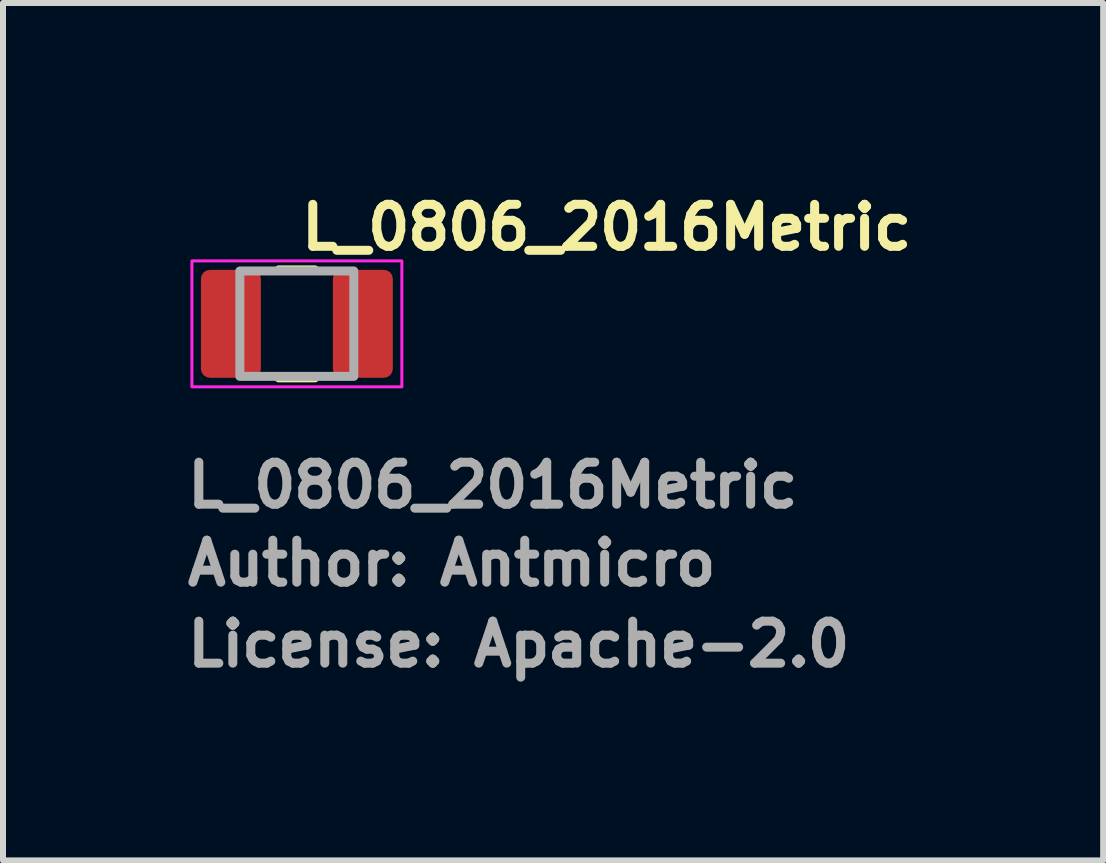
<source format=kicad_pcb>
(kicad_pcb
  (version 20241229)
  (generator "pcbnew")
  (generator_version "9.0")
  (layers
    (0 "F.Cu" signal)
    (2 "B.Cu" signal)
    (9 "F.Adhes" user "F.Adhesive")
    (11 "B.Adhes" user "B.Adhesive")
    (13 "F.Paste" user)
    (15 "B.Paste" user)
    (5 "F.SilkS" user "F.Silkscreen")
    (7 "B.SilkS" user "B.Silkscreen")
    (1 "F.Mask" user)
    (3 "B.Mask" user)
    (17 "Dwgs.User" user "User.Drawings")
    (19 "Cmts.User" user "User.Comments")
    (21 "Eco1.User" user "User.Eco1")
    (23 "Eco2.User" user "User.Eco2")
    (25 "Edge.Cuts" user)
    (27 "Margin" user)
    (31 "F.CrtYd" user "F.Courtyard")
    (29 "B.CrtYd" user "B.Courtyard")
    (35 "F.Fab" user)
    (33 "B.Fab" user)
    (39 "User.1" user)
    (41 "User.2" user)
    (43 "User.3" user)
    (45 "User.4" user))
  (footprint "L_0806_2016Metric"
    (layer "F.Cu")
    (at 1.9 2.35)
    (property "Reference" "L_0806_2016Metric" (at 0 -1.2 0) (layer "F.SilkS") (effects (font (size 0.7 0.7) (thickness 0.15)) (justify left bottom)))
    (attr smd)
    (fp_line (start -0.301 0.9) (end 0.299 0.9) (stroke (width 0.15) (type solid)) (layer "F.SilkS"))
    (fp_line (start -0.3 -0.9) (end 0.298 -0.9) (stroke (width 0.15) (type solid)) (layer "F.SilkS"))
    (fp_rect (start -1.75 -1.05) (end 1.75 1.05) (stroke (width 0.05) (type solid)) (fill no) (layer "F.CrtYd"))
    (fp_rect (start -0.951 -0.882) (end 0.949 0.875) (stroke (width 0.15) (type solid)) (fill no) (layer "F.Fab"))
    (fp_rect (start -1 -0.8) (end 1 0.8) (stroke (width 0.15) (type solid)) (fill no) (layer "User.5"))
    (fp_line (start -1 -0.8) (end -0.5 -0.8) (stroke (width 0.01) (type solid)) (layer "User.9"))
    (fp_line (start -1 0.8) (end -1 -0.8) (stroke (width 0.01) (type solid)) (layer "User.9"))
    (fp_line (start -1 0.8) (end -0.5 0.8) (stroke (width 0.01) (type solid)) (layer "User.9"))
    (fp_line (start -0.5 -0.784) (end 0.5 -0.784) (stroke (width 0.01) (type solid)) (layer "User.9"))
    (fp_line (start -0.5 0.784) (end 0.5 0.784) (stroke (width 0.01) (type solid)) (layer "User.9"))
    (fp_line (start -0.5 0.8) (end -0.5 -0.8) (stroke (width 0.01) (type solid)) (layer "User.9"))
    (fp_line (start 0.5 -0.8) (end 1 -0.8) (stroke (width 0.01) (type solid)) (layer "User.9"))
    (fp_line (start 0.5 0.8) (end 0.5 -0.8) (stroke (width 0.01) (type solid)) (layer "User.9"))
    (fp_line (start 0.5 0.8) (end 1 0.8) (stroke (width 0.01) (type solid)) (layer "User.9"))
    (fp_line (start 1 0.8) (end 1 -0.8) (stroke (width 0.01) (type solid)) (layer "User.9"))
    (fp_text user "Author: Antmicro" (at -1.9 4.4 0) (layer "F.Fab") (effects (font (size 0.7 0.7) (thickness 0.15)) (justify left bottom)))
    (fp_text user "License: Apache-2.0" (at -1.9 5.75 0) (layer "F.Fab") (effects (font (size 0.7 0.7) (thickness 0.15)) (justify left bottom)))
    (fp_text user "${REFERENCE}" (at -1.9 3.1 0) (layer "F.Fab") (effects (font (size 0.7 0.7) (thickness 0.15)) (justify left bottom)))
    (pad "1" smd roundrect (at -1.1 -0.001) (size 1 1.8) (layers "F.Cu" "F.Mask" "F.Paste") (roundrect_rratio 0.15))
    (pad "2" smd roundrect (at 1.1 -0.001) (size 1 1.8) (layers "F.Cu" "F.Mask" "F.Paste") (roundrect_rratio 0.15)))
  (gr_rect
    (start -3 -3)
    (end 15.343 11.296)
    (stroke (width 0.1) (type default))
    (fill no)
    (layer "Edge.Cuts")))
</source>
